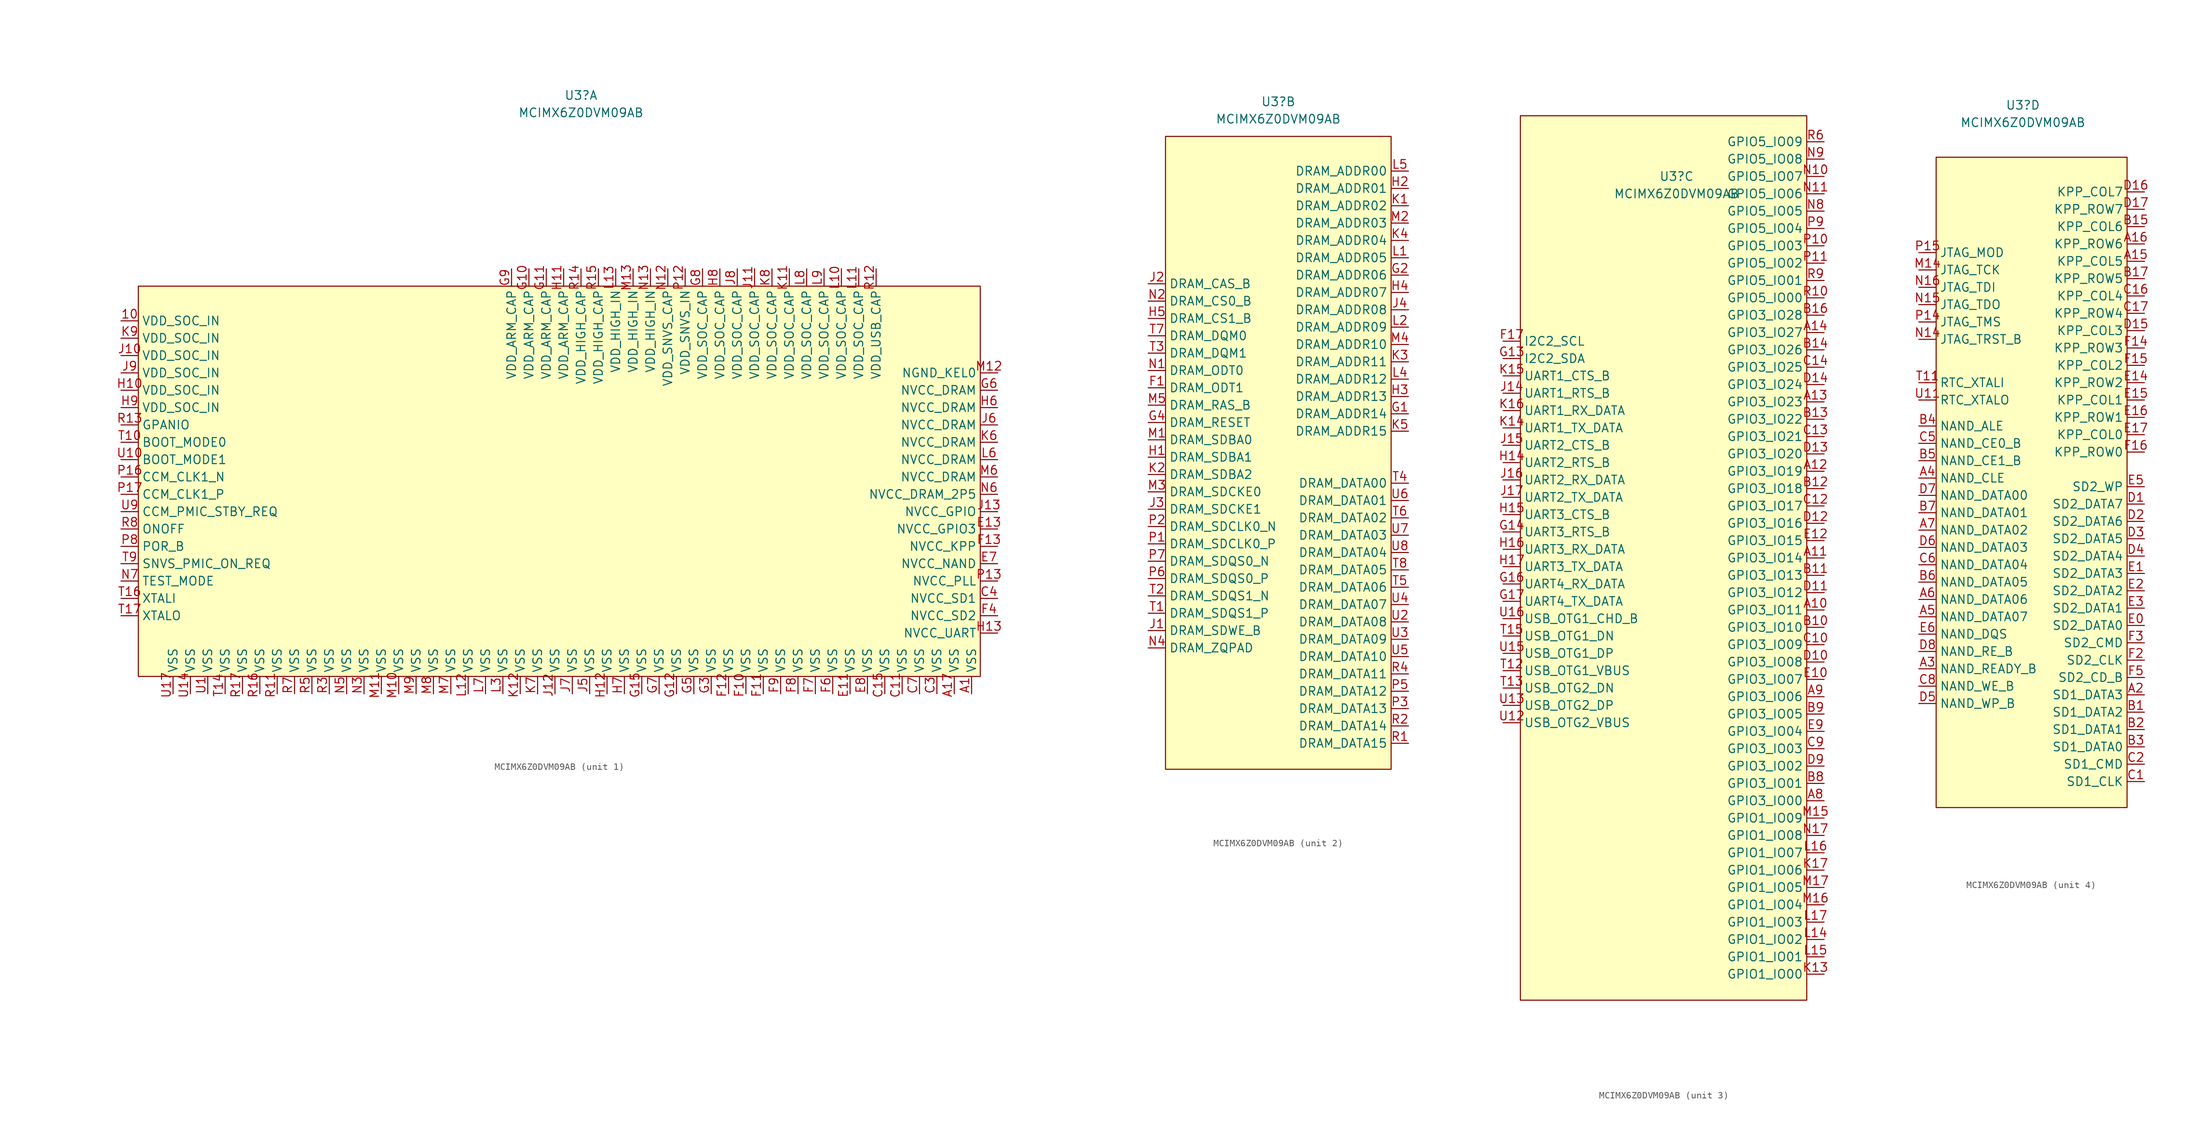
<source format=kicad_sym>
(kicad_symbol_lib
  (version 20211014)
  (generator kicad_symbol_editor)
  (symbol "MCIMX6Z0DVM09AB"
    (property "Reference" "U3"
      (at -1.27 52.07 0)
      (effects (font (size 1.27 1.27))))
    (property "Value" "MCIMX6Z0DVM09AB"
      (at -1.27 49.53 0)
      (effects (font (size 1.27 1.27))))
    (property "ki_locked" ""
      (at 0 0 0)
      (effects (font (size 1.27 1.27))))
    (symbol "MCIMX6Z0DVM09AB_1_1"
      (rectangle (start 57.15 -33.02) (end -66.04 24.13) (stroke (width 0) (type default) (color 0 0 0 0)) (fill (type background)))
      (pin input line (at -68.58 19.05 0) (length 2.54) (name "VDD_SOC_IN" (effects (font (size 1.27 1.27)))) (number "10" (effects (font (size 1.27 1.27)))))
      (pin input line (at 55.88 -35.56 90) (length 2.54) (name "VSS" (effects (font (size 1.27 1.27)))) (number "A1" (effects (font (size 1.27 1.27)))))
      (pin input line (at 53.34 -35.56 90) (length 2.54) (name "VSS" (effects (font (size 1.27 1.27)))) (number "A17" (effects (font (size 1.27 1.27)))))
      (pin input line (at 45.72 -35.56 90) (length 2.54) (name "VSS" (effects (font (size 1.27 1.27)))) (number "C11" (effects (font (size 1.27 1.27)))))
      (pin input line (at 43.18 -35.56 90) (length 2.54) (name "VSS" (effects (font (size 1.27 1.27)))) (number "C15" (effects (font (size 1.27 1.27)))))
      (pin input line (at 50.8 -35.56 90) (length 2.54) (name "VSS" (effects (font (size 1.27 1.27)))) (number "C3" (effects (font (size 1.27 1.27)))))
      (pin input line (at 59.69 -21.59 180) (length 2.54) (name "NVCC_SD1" (effects (font (size 1.27 1.27)))) (number "C4" (effects (font (size 1.27 1.27)))))
      (pin input line (at 48.26 -35.56 90) (length 2.54) (name "VSS" (effects (font (size 1.27 1.27)))) (number "C7" (effects (font (size 1.27 1.27)))))
      (pin input line (at 38.1 -35.56 90) (length 2.54) (name "VSS" (effects (font (size 1.27 1.27)))) (number "E11" (effects (font (size 1.27 1.27)))))
      (pin input line (at 59.69 -11.43 180) (length 2.54) (name "NVCC_GPIO3" (effects (font (size 1.27 1.27)))) (number "E13" (effects (font (size 1.27 1.27)))))
      (pin input line (at 59.69 -16.51 180) (length 2.54) (name "NVCC_NAND" (effects (font (size 1.27 1.27)))) (number "E7" (effects (font (size 1.27 1.27)))))
      (pin input line (at 40.64 -35.56 90) (length 2.54) (name "VSS" (effects (font (size 1.27 1.27)))) (number "E8" (effects (font (size 1.27 1.27)))))
      (pin input line (at 22.86 -35.56 90) (length 2.54) (name "VSS" (effects (font (size 1.27 1.27)))) (number "F10" (effects (font (size 1.27 1.27)))))
      (pin input line (at 25.4 -35.56 90) (length 2.54) (name "VSS" (effects (font (size 1.27 1.27)))) (number "F11" (effects (font (size 1.27 1.27)))))
      (pin input line (at 20.32 -35.56 90) (length 2.54) (name "VSS" (effects (font (size 1.27 1.27)))) (number "F12" (effects (font (size 1.27 1.27)))))
      (pin input line (at 59.69 -13.97 180) (length 2.54) (name "NVCC_KPP" (effects (font (size 1.27 1.27)))) (number "F13" (effects (font (size 1.27 1.27)))))
      (pin input line (at 59.69 -24.13 180) (length 2.54) (name "NVCC_SD2" (effects (font (size 1.27 1.27)))) (number "F4" (effects (font (size 1.27 1.27)))))
      (pin input line (at 35.56 -35.56 90) (length 2.54) (name "VSS" (effects (font (size 1.27 1.27)))) (number "F6" (effects (font (size 1.27 1.27)))))
      (pin input line (at 33.02 -35.56 90) (length 2.54) (name "VSS" (effects (font (size 1.27 1.27)))) (number "F7" (effects (font (size 1.27 1.27)))))
      (pin input line (at 30.48 -35.56 90) (length 2.54) (name "VSS" (effects (font (size 1.27 1.27)))) (number "F8" (effects (font (size 1.27 1.27)))))
      (pin input line (at 27.94 -35.56 90) (length 2.54) (name "VSS" (effects (font (size 1.27 1.27)))) (number "F9" (effects (font (size 1.27 1.27)))))
      (pin input line (at -8.89 26.67 270) (length 2.54) (name "VDD_ARM_CAP" (effects (font (size 1.27 1.27)))) (number "G10" (effects (font (size 1.27 1.27)))))
      (pin input line (at -6.35 26.67 270) (length 2.54) (name "VDD_ARM_CAP" (effects (font (size 1.27 1.27)))) (number "G11" (effects (font (size 1.27 1.27)))))
      (pin input line (at 12.7 -35.56 90) (length 2.54) (name "VSS" (effects (font (size 1.27 1.27)))) (number "G12" (effects (font (size 1.27 1.27)))))
      (pin input line (at 7.62 -35.56 90) (length 2.54) (name "VSS" (effects (font (size 1.27 1.27)))) (number "G15" (effects (font (size 1.27 1.27)))))
      (pin input line (at 17.78 -35.56 90) (length 2.54) (name "VSS" (effects (font (size 1.27 1.27)))) (number "G3" (effects (font (size 1.27 1.27)))))
      (pin input line (at 15.24 -35.56 90) (length 2.54) (name "VSS" (effects (font (size 1.27 1.27)))) (number "G5" (effects (font (size 1.27 1.27)))))
      (pin input line (at 59.69 8.89 180) (length 2.54) (name "NVCC_DRAM" (effects (font (size 1.27 1.27)))) (number "G6" (effects (font (size 1.27 1.27)))))
      (pin input line (at 10.16 -35.56 90) (length 2.54) (name "VSS" (effects (font (size 1.27 1.27)))) (number "G7" (effects (font (size 1.27 1.27)))))
      (pin input line (at 16.51 26.67 270) (length 2.54) (name "VDD_SOC_CAP" (effects (font (size 1.27 1.27)))) (number "G8" (effects (font (size 1.27 1.27)))))
      (pin input line (at -11.43 26.67 270) (length 2.54) (name "VDD_ARM_CAP" (effects (font (size 1.27 1.27)))) (number "G9" (effects (font (size 1.27 1.27)))))
      (pin input line (at -68.58 8.89 0) (length 2.54) (name "VDD_SOC_IN" (effects (font (size 1.27 1.27)))) (number "H10" (effects (font (size 1.27 1.27)))))
      (pin input line (at -3.81 26.67 270) (length 2.54) (name "VDD_ARM_CAP" (effects (font (size 1.27 1.27)))) (number "H11" (effects (font (size 1.27 1.27)))))
      (pin input line (at 2.54 -35.56 90) (length 2.54) (name "VSS" (effects (font (size 1.27 1.27)))) (number "H12" (effects (font (size 1.27 1.27)))))
      (pin input line (at 59.69 -26.67 180) (length 2.54) (name "NVCC_UART" (effects (font (size 1.27 1.27)))) (number "H13" (effects (font (size 1.27 1.27)))))
      (pin input line (at 59.69 6.35 180) (length 2.54) (name "NVCC_DRAM" (effects (font (size 1.27 1.27)))) (number "H6" (effects (font (size 1.27 1.27)))))
      (pin input line (at 5.08 -35.56 90) (length 2.54) (name "VSS" (effects (font (size 1.27 1.27)))) (number "H7" (effects (font (size 1.27 1.27)))))
      (pin input line (at 19.05 26.67 270) (length 2.54) (name "VDD_SOC_CAP" (effects (font (size 1.27 1.27)))) (number "H8" (effects (font (size 1.27 1.27)))))
      (pin input line (at -68.58 6.35 0) (length 2.54) (name "VDD_SOC_IN" (effects (font (size 1.27 1.27)))) (number "H9" (effects (font (size 1.27 1.27)))))
      (pin input line (at -68.58 13.97 0) (length 2.54) (name "VDD_SOC_IN" (effects (font (size 1.27 1.27)))) (number "J10" (effects (font (size 1.27 1.27)))))
      (pin input line (at 24.13 26.67 270) (length 2.54) (name "VDD_SOC_CAP" (effects (font (size 1.27 1.27)))) (number "J11" (effects (font (size 1.27 1.27)))))
      (pin input line (at -5.08 -35.56 90) (length 2.54) (name "VSS" (effects (font (size 1.27 1.27)))) (number "J12" (effects (font (size 1.27 1.27)))))
      (pin input line (at 59.69 -8.89 180) (length 2.54) (name "NVCC_GPIO" (effects (font (size 1.27 1.27)))) (number "J13" (effects (font (size 1.27 1.27)))))
      (pin input line (at 0 -35.56 90) (length 2.54) (name "VSS" (effects (font (size 1.27 1.27)))) (number "J5" (effects (font (size 1.27 1.27)))))
      (pin input line (at 59.69 3.81 180) (length 2.54) (name "NVCC_DRAM" (effects (font (size 1.27 1.27)))) (number "J6" (effects (font (size 1.27 1.27)))))
      (pin input line (at -2.54 -35.56 90) (length 2.54) (name "VSS" (effects (font (size 1.27 1.27)))) (number "J7" (effects (font (size 1.27 1.27)))))
      (pin input line (at 21.59 26.67 270) (length 2.54) (name "VDD_SOC_CAP" (effects (font (size 1.27 1.27)))) (number "J8" (effects (font (size 1.27 1.27)))))
      (pin input line (at -68.58 11.43 0) (length 2.54) (name "VDD_SOC_IN" (effects (font (size 1.27 1.27)))) (number "J9" (effects (font (size 1.27 1.27)))))
      (pin input line (at 29.21 26.67 270) (length 2.54) (name "VDD_SOC_CAP" (effects (font (size 1.27 1.27)))) (number "K11" (effects (font (size 1.27 1.27)))))
      (pin input line (at -10.16 -35.56 90) (length 2.54) (name "VSS" (effects (font (size 1.27 1.27)))) (number "K12" (effects (font (size 1.27 1.27)))))
      (pin input line (at 59.69 1.27 180) (length 2.54) (name "NVCC_DRAM" (effects (font (size 1.27 1.27)))) (number "K6" (effects (font (size 1.27 1.27)))))
      (pin input line (at -7.62 -35.56 90) (length 2.54) (name "VSS" (effects (font (size 1.27 1.27)))) (number "K7" (effects (font (size 1.27 1.27)))))
      (pin input line (at 26.67 26.67 270) (length 2.54) (name "VDD_SOC_CAP" (effects (font (size 1.27 1.27)))) (number "K8" (effects (font (size 1.27 1.27)))))
      (pin input line (at -68.58 16.51 0) (length 2.54) (name "VDD_SOC_IN" (effects (font (size 1.27 1.27)))) (number "K9" (effects (font (size 1.27 1.27)))))
      (pin input line (at 36.83 26.67 270) (length 2.54) (name "VDD_SOC_CAP" (effects (font (size 1.27 1.27)))) (number "L10" (effects (font (size 1.27 1.27)))))
      (pin input line (at 39.37 26.67 270) (length 2.54) (name "VDD_SOC_CAP" (effects (font (size 1.27 1.27)))) (number "L11" (effects (font (size 1.27 1.27)))))
      (pin input line (at -17.78 -35.56 90) (length 2.54) (name "VSS" (effects (font (size 1.27 1.27)))) (number "L12" (effects (font (size 1.27 1.27)))))
      (pin input line (at 3.81 26.67 270) (length 2.54) (name "VDD_HIGH_IN" (effects (font (size 1.27 1.27)))) (number "L13" (effects (font (size 1.27 1.27)))))
      (pin input line (at -12.7 -35.56 90) (length 2.54) (name "VSS" (effects (font (size 1.27 1.27)))) (number "L3" (effects (font (size 1.27 1.27)))))
      (pin input line (at 59.69 -1.27 180) (length 2.54) (name "NVCC_DRAM" (effects (font (size 1.27 1.27)))) (number "L6" (effects (font (size 1.27 1.27)))))
      (pin input line (at -15.24 -35.56 90) (length 2.54) (name "VSS" (effects (font (size 1.27 1.27)))) (number "L7" (effects (font (size 1.27 1.27)))))
      (pin input line (at 31.75 26.67 270) (length 2.54) (name "VDD_SOC_CAP" (effects (font (size 1.27 1.27)))) (number "L8" (effects (font (size 1.27 1.27)))))
      (pin input line (at 34.29 26.67 270) (length 2.54) (name "VDD_SOC_CAP" (effects (font (size 1.27 1.27)))) (number "L9" (effects (font (size 1.27 1.27)))))
      (pin input line (at -27.94 -35.56 90) (length 2.54) (name "VSS" (effects (font (size 1.27 1.27)))) (number "M10" (effects (font (size 1.27 1.27)))))
      (pin input line (at -30.48 -35.56 90) (length 2.54) (name "VSS" (effects (font (size 1.27 1.27)))) (number "M11" (effects (font (size 1.27 1.27)))))
      (pin input line (at 59.69 11.43 180) (length 2.54) (name "NGND_KEL0" (effects (font (size 1.27 1.27)))) (number "M12" (effects (font (size 1.27 1.27)))))
      (pin input line (at 6.35 26.67 270) (length 2.54) (name "VDD_HIGH_IN" (effects (font (size 1.27 1.27)))) (number "M13" (effects (font (size 1.27 1.27)))))
      (pin input line (at 59.69 -3.81 180) (length 2.54) (name "NVCC_DRAM" (effects (font (size 1.27 1.27)))) (number "M6" (effects (font (size 1.27 1.27)))))
      (pin input line (at -20.32 -35.56 90) (length 2.54) (name "VSS" (effects (font (size 1.27 1.27)))) (number "M7" (effects (font (size 1.27 1.27)))))
      (pin input line (at -22.86 -35.56 90) (length 2.54) (name "VSS" (effects (font (size 1.27 1.27)))) (number "M8" (effects (font (size 1.27 1.27)))))
      (pin input line (at -25.4 -35.56 90) (length 2.54) (name "VSS" (effects (font (size 1.27 1.27)))) (number "M9" (effects (font (size 1.27 1.27)))))
      (pin input line (at 11.43 26.67 270) (length 2.54) (name "VDD_SNVS_CAP" (effects (font (size 1.27 1.27)))) (number "N12" (effects (font (size 1.27 1.27)))))
      (pin input line (at 8.89 26.67 270) (length 2.54) (name "VDD_HIGH_IN" (effects (font (size 1.27 1.27)))) (number "N13" (effects (font (size 1.27 1.27)))))
      (pin input line (at -33.02 -35.56 90) (length 2.54) (name "VSS" (effects (font (size 1.27 1.27)))) (number "N3" (effects (font (size 1.27 1.27)))))
      (pin input line (at -35.56 -35.56 90) (length 2.54) (name "VSS" (effects (font (size 1.27 1.27)))) (number "N5" (effects (font (size 1.27 1.27)))))
      (pin input line (at 59.69 -6.35 180) (length 2.54) (name "NVCC_DRAM_2P5" (effects (font (size 1.27 1.27)))) (number "N6" (effects (font (size 1.27 1.27)))))
      (pin unspecified line (at -68.58 -19.05 0) (length 2.54) (name "TEST_MODE" (effects (font (size 1.27 1.27)))) (number "N7" (effects (font (size 1.27 1.27)))))
      (pin input line (at 13.97 26.67 270) (length 2.54) (name "VDD_SNVS_IN" (effects (font (size 1.27 1.27)))) (number "P12" (effects (font (size 1.27 1.27)))))
      (pin input line (at 59.69 -19.05 180) (length 2.54) (name "NVCC_PLL" (effects (font (size 1.27 1.27)))) (number "P13" (effects (font (size 1.27 1.27)))))
      (pin input line (at -68.58 -3.81 0) (length 2.54) (name "CCM_CLK1_N" (effects (font (size 1.27 1.27)))) (number "P16" (effects (font (size 1.27 1.27)))))
      (pin input line (at -68.58 -6.35 0) (length 2.54) (name "CCM_CLK1_P" (effects (font (size 1.27 1.27)))) (number "P17" (effects (font (size 1.27 1.27)))))
      (pin unspecified line (at -68.58 -13.97 0) (length 2.54) (name "POR_B" (effects (font (size 1.27 1.27)))) (number "P8" (effects (font (size 1.27 1.27)))))
      (pin input line (at -45.72 -35.56 90) (length 2.54) (name "VSS" (effects (font (size 1.27 1.27)))) (number "R11" (effects (font (size 1.27 1.27)))))
      (pin input line (at 41.91 26.67 270) (length 2.54) (name "VDD_USB_CAP" (effects (font (size 1.27 1.27)))) (number "R12" (effects (font (size 1.27 1.27)))))
      (pin input line (at -68.58 3.81 0) (length 2.54) (name "GPANIO" (effects (font (size 1.27 1.27)))) (number "R13" (effects (font (size 1.27 1.27)))))
      (pin input line (at -1.27 26.67 270) (length 2.54) (name "VDD_HIGH_CAP" (effects (font (size 1.27 1.27)))) (number "R14" (effects (font (size 1.27 1.27)))))
      (pin input line (at 1.27 26.67 270) (length 2.54) (name "VDD_HIGH_CAP" (effects (font (size 1.27 1.27)))) (number "R15" (effects (font (size 1.27 1.27)))))
      (pin input line (at -48.26 -35.56 90) (length 2.54) (name "VSS" (effects (font (size 1.27 1.27)))) (number "R16" (effects (font (size 1.27 1.27)))))
      (pin input line (at -50.8 -35.56 90) (length 2.54) (name "VSS" (effects (font (size 1.27 1.27)))) (number "R17" (effects (font (size 1.27 1.27)))))
      (pin input line (at -38.1 -35.56 90) (length 2.54) (name "VSS" (effects (font (size 1.27 1.27)))) (number "R3" (effects (font (size 1.27 1.27)))))
      (pin input line (at -40.64 -35.56 90) (length 2.54) (name "VSS" (effects (font (size 1.27 1.27)))) (number "R5" (effects (font (size 1.27 1.27)))))
      (pin input line (at -43.18 -35.56 90) (length 2.54) (name "VSS" (effects (font (size 1.27 1.27)))) (number "R7" (effects (font (size 1.27 1.27)))))
      (pin unspecified line (at -68.58 -11.43 0) (length 2.54) (name "ONOFF" (effects (font (size 1.27 1.27)))) (number "R8" (effects (font (size 1.27 1.27)))))
      (pin input line (at -68.58 1.27 0) (length 2.54) (name "BOOT_MODE0" (effects (font (size 1.27 1.27)))) (number "T10" (effects (font (size 1.27 1.27)))))
      (pin input line (at -53.34 -35.56 90) (length 2.54) (name "VSS" (effects (font (size 1.27 1.27)))) (number "T14" (effects (font (size 1.27 1.27)))))
      (pin bidirectional line (at -68.58 -21.59 0) (length 2.54) (name "XTALI" (effects (font (size 1.27 1.27)))) (number "T16" (effects (font (size 1.27 1.27)))))
      (pin bidirectional line (at -68.58 -24.13 0) (length 2.54) (name "XTALO" (effects (font (size 1.27 1.27)))) (number "T17" (effects (font (size 1.27 1.27)))))
      (pin unspecified line (at -68.58 -16.51 0) (length 2.54) (name "SNVS_PMIC_ON_REQ" (effects (font (size 1.27 1.27)))) (number "T9" (effects (font (size 1.27 1.27)))))
      (pin input line (at -55.88 -35.56 90) (length 2.54) (name "VSS" (effects (font (size 1.27 1.27)))) (number "U1" (effects (font (size 1.27 1.27)))))
      (pin input line (at -68.58 -1.27 0) (length 2.54) (name "BOOT_MODE1" (effects (font (size 1.27 1.27)))) (number "U10" (effects (font (size 1.27 1.27)))))
      (pin input line (at -58.42 -35.56 90) (length 2.54) (name "VSS" (effects (font (size 1.27 1.27)))) (number "U14" (effects (font (size 1.27 1.27)))))
      (pin input line (at -60.96 -35.56 90) (length 2.54) (name "VSS" (effects (font (size 1.27 1.27)))) (number "U17" (effects (font (size 1.27 1.27)))))
      (pin input line (at -68.58 -8.89 0) (length 2.54) (name "CCM_PMIC_STBY_REQ" (effects (font (size 1.27 1.27)))) (number "U9" (effects (font (size 1.27 1.27))))))
    (symbol "MCIMX6Z0DVM09AB_2_1"
      (rectangle (start 15.24 46.99) (end -17.78 -45.72) (stroke (width 0) (type default) (color 0 0 0 0)) (fill (type background)))
      (pin output line (at -20.32 10.16 0) (length 2.54) (name "DRAM_ODT1" (effects (font (size 1.27 1.27)))) (number "F1" (effects (font (size 1.27 1.27)))))
      (pin output line (at 17.78 6.35 180) (length 2.54) (name "DRAM_ADDR14" (effects (font (size 1.27 1.27)))) (number "G1" (effects (font (size 1.27 1.27)))))
      (pin output line (at 17.78 26.67 180) (length 2.54) (name "DRAM_ADDR06" (effects (font (size 1.27 1.27)))) (number "G2" (effects (font (size 1.27 1.27)))))
      (pin output line (at -20.32 5.08 0) (length 2.54) (name "DRAM_RESET" (effects (font (size 1.27 1.27)))) (number "G4" (effects (font (size 1.27 1.27)))))
      (pin output line (at -20.32 0 0) (length 2.54) (name "DRAM_SDBA1" (effects (font (size 1.27 1.27)))) (number "H1" (effects (font (size 1.27 1.27)))))
      (pin output line (at 17.78 39.37 180) (length 2.54) (name "DRAM_ADDR01" (effects (font (size 1.27 1.27)))) (number "H2" (effects (font (size 1.27 1.27)))))
      (pin output line (at 17.78 8.89 180) (length 2.54) (name "DRAM_ADDR13" (effects (font (size 1.27 1.27)))) (number "H3" (effects (font (size 1.27 1.27)))))
      (pin output line (at 17.78 24.13 180) (length 2.54) (name "DRAM_ADDR07" (effects (font (size 1.27 1.27)))) (number "H4" (effects (font (size 1.27 1.27)))))
      (pin output line (at -20.32 20.32 0) (length 2.54) (name "DRAM_CS1_B" (effects (font (size 1.27 1.27)))) (number "H5" (effects (font (size 1.27 1.27)))))
      (pin output line (at -20.32 -25.4 0) (length 2.54) (name "DRAM_SDWE_B" (effects (font (size 1.27 1.27)))) (number "J1" (effects (font (size 1.27 1.27)))))
      (pin output line (at -20.32 25.4 0) (length 2.54) (name "DRAM_CAS_B" (effects (font (size 1.27 1.27)))) (number "J2" (effects (font (size 1.27 1.27)))))
      (pin output line (at -20.32 -7.62 0) (length 2.54) (name "DRAM_SDCKE1" (effects (font (size 1.27 1.27)))) (number "J3" (effects (font (size 1.27 1.27)))))
      (pin output line (at 17.78 21.59 180) (length 2.54) (name "DRAM_ADDR08" (effects (font (size 1.27 1.27)))) (number "J4" (effects (font (size 1.27 1.27)))))
      (pin output line (at 17.78 36.83 180) (length 2.54) (name "DRAM_ADDR02" (effects (font (size 1.27 1.27)))) (number "K1" (effects (font (size 1.27 1.27)))))
      (pin output line (at -20.32 -2.54 0) (length 2.54) (name "DRAM_SDBA2" (effects (font (size 1.27 1.27)))) (number "K2" (effects (font (size 1.27 1.27)))))
      (pin output line (at 17.78 13.97 180) (length 2.54) (name "DRAM_ADDR11" (effects (font (size 1.27 1.27)))) (number "K3" (effects (font (size 1.27 1.27)))))
      (pin output line (at 17.78 31.75 180) (length 2.54) (name "DRAM_ADDR04" (effects (font (size 1.27 1.27)))) (number "K4" (effects (font (size 1.27 1.27)))))
      (pin output line (at 17.78 3.81 180) (length 2.54) (name "DRAM_ADDR15" (effects (font (size 1.27 1.27)))) (number "K5" (effects (font (size 1.27 1.27)))))
      (pin output line (at 17.78 29.21 180) (length 2.54) (name "DRAM_ADDR05" (effects (font (size 1.27 1.27)))) (number "L1" (effects (font (size 1.27 1.27)))))
      (pin output line (at 17.78 19.05 180) (length 2.54) (name "DRAM_ADDR09" (effects (font (size 1.27 1.27)))) (number "L2" (effects (font (size 1.27 1.27)))))
      (pin output line (at 17.78 11.43 180) (length 2.54) (name "DRAM_ADDR12" (effects (font (size 1.27 1.27)))) (number "L4" (effects (font (size 1.27 1.27)))))
      (pin output line (at 17.78 41.91 180) (length 2.54) (name "DRAM_ADDR00" (effects (font (size 1.27 1.27)))) (number "L5" (effects (font (size 1.27 1.27)))))
      (pin output line (at -20.32 2.54 0) (length 2.54) (name "DRAM_SDBA0" (effects (font (size 1.27 1.27)))) (number "M1" (effects (font (size 1.27 1.27)))))
      (pin output line (at 17.78 34.29 180) (length 2.54) (name "DRAM_ADDR03" (effects (font (size 1.27 1.27)))) (number "M2" (effects (font (size 1.27 1.27)))))
      (pin output line (at -20.32 -5.08 0) (length 2.54) (name "DRAM_SDCKE0" (effects (font (size 1.27 1.27)))) (number "M3" (effects (font (size 1.27 1.27)))))
      (pin output line (at 17.78 16.51 180) (length 2.54) (name "DRAM_ADDR10" (effects (font (size 1.27 1.27)))) (number "M4" (effects (font (size 1.27 1.27)))))
      (pin output line (at -20.32 7.62 0) (length 2.54) (name "DRAM_RAS_B" (effects (font (size 1.27 1.27)))) (number "M5" (effects (font (size 1.27 1.27)))))
      (pin output line (at -20.32 12.7 0) (length 2.54) (name "DRAM_ODT0" (effects (font (size 1.27 1.27)))) (number "N1" (effects (font (size 1.27 1.27)))))
      (pin output line (at -20.32 22.86 0) (length 2.54) (name "DRAM_CS0_B" (effects (font (size 1.27 1.27)))) (number "N2" (effects (font (size 1.27 1.27)))))
      (pin input line (at -20.32 -27.94 0) (length 2.54) (name "DRAM_ZQPAD" (effects (font (size 1.27 1.27)))) (number "N4" (effects (font (size 1.27 1.27)))))
      (pin input line (at -20.32 -12.7 0) (length 2.54) (name "DRAM_SDCLK0_P" (effects (font (size 1.27 1.27)))) (number "P1" (effects (font (size 1.27 1.27)))))
      (pin input line (at -20.32 -10.16 0) (length 2.54) (name "DRAM_SDCLK0_N" (effects (font (size 1.27 1.27)))) (number "P2" (effects (font (size 1.27 1.27)))))
      (pin input line (at 17.78 -36.83 180) (length 2.54) (name "DRAM_DATA13" (effects (font (size 1.27 1.27)))) (number "P3" (effects (font (size 1.27 1.27)))))
      (pin input line (at 17.78 -34.29 180) (length 2.54) (name "DRAM_DATA12" (effects (font (size 1.27 1.27)))) (number "P5" (effects (font (size 1.27 1.27)))))
      (pin input line (at -20.32 -17.78 0) (length 2.54) (name "DRAM_SDQS0_P" (effects (font (size 1.27 1.27)))) (number "P6" (effects (font (size 1.27 1.27)))))
      (pin input line (at -20.32 -15.24 0) (length 2.54) (name "DRAM_SDQS0_N" (effects (font (size 1.27 1.27)))) (number "P7" (effects (font (size 1.27 1.27)))))
      (pin input line (at 17.78 -41.91 180) (length 2.54) (name "DRAM_DATA15" (effects (font (size 1.27 1.27)))) (number "R1" (effects (font (size 1.27 1.27)))))
      (pin input line (at 17.78 -39.37 180) (length 2.54) (name "DRAM_DATA14" (effects (font (size 1.27 1.27)))) (number "R2" (effects (font (size 1.27 1.27)))))
      (pin input line (at 17.78 -31.75 180) (length 2.54) (name "DRAM_DATA11" (effects (font (size 1.27 1.27)))) (number "R4" (effects (font (size 1.27 1.27)))))
      (pin input line (at -20.32 -22.86 0) (length 2.54) (name "DRAM_SDQS1_P" (effects (font (size 1.27 1.27)))) (number "T1" (effects (font (size 1.27 1.27)))))
      (pin input line (at -20.32 -20.32 0) (length 2.54) (name "DRAM_SDQS1_N" (effects (font (size 1.27 1.27)))) (number "T2" (effects (font (size 1.27 1.27)))))
      (pin output line (at -20.32 15.24 0) (length 2.54) (name "DRAM_DQM1" (effects (font (size 1.27 1.27)))) (number "T3" (effects (font (size 1.27 1.27)))))
      (pin input line (at 17.78 -3.81 180) (length 2.54) (name "DRAM_DATA00" (effects (font (size 1.27 1.27)))) (number "T4" (effects (font (size 1.27 1.27)))))
      (pin input line (at 17.78 -19.05 180) (length 2.54) (name "DRAM_DATA06" (effects (font (size 1.27 1.27)))) (number "T5" (effects (font (size 1.27 1.27)))))
      (pin input line (at 17.78 -8.89 180) (length 2.54) (name "DRAM_DATA02" (effects (font (size 1.27 1.27)))) (number "T6" (effects (font (size 1.27 1.27)))))
      (pin output line (at -20.32 17.78 0) (length 2.54) (name "DRAM_DQM0" (effects (font (size 1.27 1.27)))) (number "T7" (effects (font (size 1.27 1.27)))))
      (pin input line (at 17.78 -16.51 180) (length 2.54) (name "DRAM_DATA05" (effects (font (size 1.27 1.27)))) (number "T8" (effects (font (size 1.27 1.27)))))
      (pin input line (at 17.78 -24.13 180) (length 2.54) (name "DRAM_DATA08" (effects (font (size 1.27 1.27)))) (number "U2" (effects (font (size 1.27 1.27)))))
      (pin input line (at 17.78 -26.67 180) (length 2.54) (name "DRAM_DATA09" (effects (font (size 1.27 1.27)))) (number "U3" (effects (font (size 1.27 1.27)))))
      (pin input line (at 17.78 -21.59 180) (length 2.54) (name "DRAM_DATA07" (effects (font (size 1.27 1.27)))) (number "U4" (effects (font (size 1.27 1.27)))))
      (pin input line (at 17.78 -29.21 180) (length 2.54) (name "DRAM_DATA10" (effects (font (size 1.27 1.27)))) (number "U5" (effects (font (size 1.27 1.27)))))
      (pin input line (at 17.78 -6.35 180) (length 2.54) (name "DRAM_DATA01" (effects (font (size 1.27 1.27)))) (number "U6" (effects (font (size 1.27 1.27)))))
      (pin input line (at 17.78 -11.43 180) (length 2.54) (name "DRAM_DATA03" (effects (font (size 1.27 1.27)))) (number "U7" (effects (font (size 1.27 1.27)))))
      (pin input line (at 17.78 -13.97 180) (length 2.54) (name "DRAM_DATA04" (effects (font (size 1.27 1.27)))) (number "U8" (effects (font (size 1.27 1.27))))))
    (symbol "MCIMX6Z0DVM09AB_3_1"
      (rectangle (start 17.78 -68.58) (end -24.13 60.96) (stroke (width 0) (type default) (color 0 0 0 0)) (fill (type background)))
      (pin bidirectional line (at 20.32 -11.43 180) (length 2.54) (name "GPIO3_IO11" (effects (font (size 1.27 1.27)))) (number "A10" (effects (font (size 1.27 1.27)))))
      (pin bidirectional line (at 20.32 -3.81 180) (length 2.54) (name "GPIO3_IO14" (effects (font (size 1.27 1.27)))) (number "A11" (effects (font (size 1.27 1.27)))))
      (pin bidirectional line (at 20.32 8.89 180) (length 2.54) (name "GPIO3_IO19" (effects (font (size 1.27 1.27)))) (number "A12" (effects (font (size 1.27 1.27)))))
      (pin bidirectional line (at 20.32 19.05 180) (length 2.54) (name "GPIO3_IO23" (effects (font (size 1.27 1.27)))) (number "A13" (effects (font (size 1.27 1.27)))))
      (pin bidirectional line (at 20.32 29.21 180) (length 2.54) (name "GPIO3_IO27" (effects (font (size 1.27 1.27)))) (number "A14" (effects (font (size 1.27 1.27)))))
      (pin bidirectional line (at 20.32 -39.37 180) (length 2.54) (name "GPIO3_IO00" (effects (font (size 1.27 1.27)))) (number "A8" (effects (font (size 1.27 1.27)))))
      (pin bidirectional line (at 20.32 -24.13 180) (length 2.54) (name "GPIO3_IO06" (effects (font (size 1.27 1.27)))) (number "A9" (effects (font (size 1.27 1.27)))))
      (pin bidirectional line (at 20.32 -13.97 180) (length 2.54) (name "GPIO3_IO10" (effects (font (size 1.27 1.27)))) (number "B10" (effects (font (size 1.27 1.27)))))
      (pin bidirectional line (at 20.32 -6.35 180) (length 2.54) (name "GPIO3_IO13" (effects (font (size 1.27 1.27)))) (number "B11" (effects (font (size 1.27 1.27)))))
      (pin bidirectional line (at 20.32 6.35 180) (length 2.54) (name "GPIO3_IO18" (effects (font (size 1.27 1.27)))) (number "B12" (effects (font (size 1.27 1.27)))))
      (pin bidirectional line (at 20.32 16.51 180) (length 2.54) (name "GPIO3_IO22" (effects (font (size 1.27 1.27)))) (number "B13" (effects (font (size 1.27 1.27)))))
      (pin bidirectional line (at 20.32 26.67 180) (length 2.54) (name "GPIO3_IO26" (effects (font (size 1.27 1.27)))) (number "B14" (effects (font (size 1.27 1.27)))))
      (pin bidirectional line (at 20.32 31.75 180) (length 2.54) (name "GPIO3_IO28" (effects (font (size 1.27 1.27)))) (number "B16" (effects (font (size 1.27 1.27)))))
      (pin bidirectional line (at 20.32 -36.83 180) (length 2.54) (name "GPIO3_IO01" (effects (font (size 1.27 1.27)))) (number "B8" (effects (font (size 1.27 1.27)))))
      (pin bidirectional line (at 20.32 -26.67 180) (length 2.54) (name "GPIO3_IO05" (effects (font (size 1.27 1.27)))) (number "B9" (effects (font (size 1.27 1.27)))))
      (pin bidirectional line (at 20.32 -16.51 180) (length 2.54) (name "GPIO3_IO09" (effects (font (size 1.27 1.27)))) (number "C10" (effects (font (size 1.27 1.27)))))
      (pin bidirectional line (at 20.32 3.81 180) (length 2.54) (name "GPIO3_IO17" (effects (font (size 1.27 1.27)))) (number "C12" (effects (font (size 1.27 1.27)))))
      (pin bidirectional line (at 20.32 13.97 180) (length 2.54) (name "GPIO3_IO21" (effects (font (size 1.27 1.27)))) (number "C13" (effects (font (size 1.27 1.27)))))
      (pin bidirectional line (at 20.32 24.13 180) (length 2.54) (name "GPIO3_IO25" (effects (font (size 1.27 1.27)))) (number "C14" (effects (font (size 1.27 1.27)))))
      (pin bidirectional line (at 20.32 -31.75 180) (length 2.54) (name "GPIO3_IO03" (effects (font (size 1.27 1.27)))) (number "C9" (effects (font (size 1.27 1.27)))))
      (pin bidirectional line (at 20.32 -19.05 180) (length 2.54) (name "GPIO3_IO08" (effects (font (size 1.27 1.27)))) (number "D10" (effects (font (size 1.27 1.27)))))
      (pin bidirectional line (at 20.32 -8.89 180) (length 2.54) (name "GPIO3_IO12" (effects (font (size 1.27 1.27)))) (number "D11" (effects (font (size 1.27 1.27)))))
      (pin bidirectional line (at 20.32 1.27 180) (length 2.54) (name "GPIO3_IO16" (effects (font (size 1.27 1.27)))) (number "D12" (effects (font (size 1.27 1.27)))))
      (pin bidirectional line (at 20.32 11.43 180) (length 2.54) (name "GPIO3_IO20" (effects (font (size 1.27 1.27)))) (number "D13" (effects (font (size 1.27 1.27)))))
      (pin bidirectional line (at 20.32 21.59 180) (length 2.54) (name "GPIO3_IO24" (effects (font (size 1.27 1.27)))) (number "D14" (effects (font (size 1.27 1.27)))))
      (pin bidirectional line (at 20.32 -34.29 180) (length 2.54) (name "GPIO3_IO02" (effects (font (size 1.27 1.27)))) (number "D9" (effects (font (size 1.27 1.27)))))
      (pin bidirectional line (at 20.32 -21.59 180) (length 2.54) (name "GPIO3_IO07" (effects (font (size 1.27 1.27)))) (number "E10" (effects (font (size 1.27 1.27)))))
      (pin bidirectional line (at 20.32 -1.27 180) (length 2.54) (name "GPIO3_IO15" (effects (font (size 1.27 1.27)))) (number "E12" (effects (font (size 1.27 1.27)))))
      (pin bidirectional line (at 20.32 -29.21 180) (length 2.54) (name "GPIO3_IO04" (effects (font (size 1.27 1.27)))) (number "E9" (effects (font (size 1.27 1.27)))))
      (pin bidirectional line (at -26.67 27.94 0) (length 2.54) (name "I2C2_SCL" (effects (font (size 1.27 1.27)))) (number "F17" (effects (font (size 1.27 1.27)))))
      (pin bidirectional line (at -26.67 25.4 0) (length 2.54) (name "I2C2_SDA" (effects (font (size 1.27 1.27)))) (number "G13" (effects (font (size 1.27 1.27)))))
      (pin bidirectional line (at -26.67 0 0) (length 2.54) (name "UART3_RTS_B" (effects (font (size 1.27 1.27)))) (number "G14" (effects (font (size 1.27 1.27)))))
      (pin bidirectional line (at -26.67 -7.62 0) (length 2.54) (name "UART4_RX_DATA" (effects (font (size 1.27 1.27)))) (number "G16" (effects (font (size 1.27 1.27)))))
      (pin bidirectional line (at -26.67 -10.16 0) (length 2.54) (name "UART4_TX_DATA" (effects (font (size 1.27 1.27)))) (number "G17" (effects (font (size 1.27 1.27)))))
      (pin bidirectional line (at -26.67 10.16 0) (length 2.54) (name "UART2_RTS_B" (effects (font (size 1.27 1.27)))) (number "H14" (effects (font (size 1.27 1.27)))))
      (pin bidirectional line (at -26.67 2.54 0) (length 2.54) (name "UART3_CTS_B" (effects (font (size 1.27 1.27)))) (number "H15" (effects (font (size 1.27 1.27)))))
      (pin bidirectional line (at -26.67 -2.54 0) (length 2.54) (name "UART3_RX_DATA" (effects (font (size 1.27 1.27)))) (number "H16" (effects (font (size 1.27 1.27)))))
      (pin bidirectional line (at -26.67 -5.08 0) (length 2.54) (name "UART3_TX_DATA" (effects (font (size 1.27 1.27)))) (number "H17" (effects (font (size 1.27 1.27)))))
      (pin bidirectional line (at -26.67 20.32 0) (length 2.54) (name "UART1_RTS_B" (effects (font (size 1.27 1.27)))) (number "J14" (effects (font (size 1.27 1.27)))))
      (pin bidirectional line (at -26.67 12.7 0) (length 2.54) (name "UART2_CTS_B" (effects (font (size 1.27 1.27)))) (number "J15" (effects (font (size 1.27 1.27)))))
      (pin bidirectional line (at -26.67 7.62 0) (length 2.54) (name "UART2_RX_DATA" (effects (font (size 1.27 1.27)))) (number "J16" (effects (font (size 1.27 1.27)))))
      (pin bidirectional line (at -26.67 5.08 0) (length 2.54) (name "UART2_TX_DATA" (effects (font (size 1.27 1.27)))) (number "J17" (effects (font (size 1.27 1.27)))))
      (pin bidirectional line (at 20.32 -64.77 180) (length 2.54) (name "GPIO1_IO00" (effects (font (size 1.27 1.27)))) (number "K13" (effects (font (size 1.27 1.27)))))
      (pin bidirectional line (at -26.67 15.24 0) (length 2.54) (name "UART1_TX_DATA" (effects (font (size 1.27 1.27)))) (number "K14" (effects (font (size 1.27 1.27)))))
      (pin bidirectional line (at -26.67 22.86 0) (length 2.54) (name "UART1_CTS_B" (effects (font (size 1.27 1.27)))) (number "K15" (effects (font (size 1.27 1.27)))))
      (pin bidirectional line (at -26.67 17.78 0) (length 2.54) (name "UART1_RX_DATA" (effects (font (size 1.27 1.27)))) (number "K16" (effects (font (size 1.27 1.27)))))
      (pin bidirectional line (at 20.32 -49.53 180) (length 2.54) (name "GPIO1_IO06" (effects (font (size 1.27 1.27)))) (number "K17" (effects (font (size 1.27 1.27)))))
      (pin bidirectional line (at 20.32 -59.69 180) (length 2.54) (name "GPIO1_IO02" (effects (font (size 1.27 1.27)))) (number "L14" (effects (font (size 1.27 1.27)))))
      (pin bidirectional line (at 20.32 -62.23 180) (length 2.54) (name "GPIO1_IO01" (effects (font (size 1.27 1.27)))) (number "L15" (effects (font (size 1.27 1.27)))))
      (pin bidirectional line (at 20.32 -46.99 180) (length 2.54) (name "GPIO1_IO07" (effects (font (size 1.27 1.27)))) (number "L16" (effects (font (size 1.27 1.27)))))
      (pin bidirectional line (at 20.32 -57.15 180) (length 2.54) (name "GPIO1_IO03" (effects (font (size 1.27 1.27)))) (number "L17" (effects (font (size 1.27 1.27)))))
      (pin bidirectional line (at 20.32 -41.91 180) (length 2.54) (name "GPIO1_IO09" (effects (font (size 1.27 1.27)))) (number "M15" (effects (font (size 1.27 1.27)))))
      (pin bidirectional line (at 20.32 -54.61 180) (length 2.54) (name "GPIO1_IO04" (effects (font (size 1.27 1.27)))) (number "M16" (effects (font (size 1.27 1.27)))))
      (pin bidirectional line (at 20.32 -52.07 180) (length 2.54) (name "GPIO1_IO05" (effects (font (size 1.27 1.27)))) (number "M17" (effects (font (size 1.27 1.27)))))
      (pin bidirectional line (at 20.32 52.07 180) (length 2.54) (name "GPIO5_IO07" (effects (font (size 1.27 1.27)))) (number "N10" (effects (font (size 1.27 1.27)))))
      (pin bidirectional line (at 20.32 49.53 180) (length 2.54) (name "GPIO5_IO06" (effects (font (size 1.27 1.27)))) (number "N11" (effects (font (size 1.27 1.27)))))
      (pin bidirectional line (at 20.32 -44.45 180) (length 2.54) (name "GPIO1_IO08" (effects (font (size 1.27 1.27)))) (number "N17" (effects (font (size 1.27 1.27)))))
      (pin bidirectional line (at 20.32 46.99 180) (length 2.54) (name "GPIO5_IO05" (effects (font (size 1.27 1.27)))) (number "N8" (effects (font (size 1.27 1.27)))))
      (pin bidirectional line (at 20.32 54.61 180) (length 2.54) (name "GPIO5_IO08" (effects (font (size 1.27 1.27)))) (number "N9" (effects (font (size 1.27 1.27)))))
      (pin bidirectional line (at 20.32 41.91 180) (length 2.54) (name "GPIO5_IO03" (effects (font (size 1.27 1.27)))) (number "P10" (effects (font (size 1.27 1.27)))))
      (pin bidirectional line (at 20.32 39.37 180) (length 2.54) (name "GPIO5_IO02" (effects (font (size 1.27 1.27)))) (number "P11" (effects (font (size 1.27 1.27)))))
      (pin bidirectional line (at 20.32 44.45 180) (length 2.54) (name "GPIO5_IO04" (effects (font (size 1.27 1.27)))) (number "P9" (effects (font (size 1.27 1.27)))))
      (pin bidirectional line (at 20.32 34.29 180) (length 2.54) (name "GPIO5_IO00" (effects (font (size 1.27 1.27)))) (number "R10" (effects (font (size 1.27 1.27)))))
      (pin bidirectional line (at 20.32 57.15 180) (length 2.54) (name "GPIO5_IO09" (effects (font (size 1.27 1.27)))) (number "R6" (effects (font (size 1.27 1.27)))))
      (pin bidirectional line (at 20.32 36.83 180) (length 2.54) (name "GPIO5_IO01" (effects (font (size 1.27 1.27)))) (number "R9" (effects (font (size 1.27 1.27)))))
      (pin bidirectional line (at -26.67 -20.32 0) (length 2.54) (name "USB_OTG1_VBUS" (effects (font (size 1.27 1.27)))) (number "T12" (effects (font (size 1.27 1.27)))))
      (pin bidirectional line (at -26.67 -22.86 0) (length 2.54) (name "USB_OTG2_DN" (effects (font (size 1.27 1.27)))) (number "T13" (effects (font (size 1.27 1.27)))))
      (pin bidirectional line (at -26.67 -15.24 0) (length 2.54) (name "USB_OTG1_DN" (effects (font (size 1.27 1.27)))) (number "T15" (effects (font (size 1.27 1.27)))))
      (pin bidirectional line (at -26.67 -27.94 0) (length 2.54) (name "USB_OTG2_VBUS" (effects (font (size 1.27 1.27)))) (number "U12" (effects (font (size 1.27 1.27)))))
      (pin bidirectional line (at -26.67 -25.4 0) (length 2.54) (name "USB_OTG2_DP" (effects (font (size 1.27 1.27)))) (number "U13" (effects (font (size 1.27 1.27)))))
      (pin bidirectional line (at -26.67 -17.78 0) (length 2.54) (name "USB_OTG1_DP" (effects (font (size 1.27 1.27)))) (number "U15" (effects (font (size 1.27 1.27)))))
      (pin bidirectional line (at -26.67 -12.7 0) (length 2.54) (name "USB_OTG1_CHD_B" (effects (font (size 1.27 1.27)))) (number "U16" (effects (font (size 1.27 1.27))))))
    (symbol "MCIMX6Z0DVM09AB_4_1"
      (rectangle (start -13.97 44.45) (end 13.97 -50.8) (stroke (width 0) (type default) (color 0 0 0 0)) (fill (type background)))
      (pin bidirectional line (at 16.51 29.21 180) (length 2.54) (name "KPP_COL5" (effects (font (size 1.27 1.27)))) (number "A15" (effects (font (size 1.27 1.27)))))
      (pin bidirectional line (at 16.51 31.75 180) (length 2.54) (name "KPP_ROW6" (effects (font (size 1.27 1.27)))) (number "A16" (effects (font (size 1.27 1.27)))))
      (pin bidirectional line (at 16.51 -34.29 180) (length 2.54) (name "SD1_DATA3" (effects (font (size 1.27 1.27)))) (number "A2" (effects (font (size 1.27 1.27)))))
      (pin bidirectional line (at -16.51 -30.48 0) (length 2.54) (name "NAND_READY_B" (effects (font (size 1.27 1.27)))) (number "A3" (effects (font (size 1.27 1.27)))))
      (pin bidirectional line (at -16.51 -2.54 0) (length 2.54) (name "NAND_CLE" (effects (font (size 1.27 1.27)))) (number "A4" (effects (font (size 1.27 1.27)))))
      (pin bidirectional line (at -16.51 -22.86 0) (length 2.54) (name "NAND_DATA07" (effects (font (size 1.27 1.27)))) (number "A5" (effects (font (size 1.27 1.27)))))
      (pin bidirectional line (at -16.51 -20.32 0) (length 2.54) (name "NAND_DATA06" (effects (font (size 1.27 1.27)))) (number "A6" (effects (font (size 1.27 1.27)))))
      (pin bidirectional line (at -16.51 -10.16 0) (length 2.54) (name "NAND_DATA02" (effects (font (size 1.27 1.27)))) (number "A7" (effects (font (size 1.27 1.27)))))
      (pin bidirectional line (at 16.51 -36.83 180) (length 2.54) (name "SD1_DATA2" (effects (font (size 1.27 1.27)))) (number "B1" (effects (font (size 1.27 1.27)))))
      (pin bidirectional line (at 16.51 34.29 180) (length 2.54) (name "KPP_COL6" (effects (font (size 1.27 1.27)))) (number "B15" (effects (font (size 1.27 1.27)))))
      (pin bidirectional line (at 16.51 26.67 180) (length 2.54) (name "KPP_ROW5" (effects (font (size 1.27 1.27)))) (number "B17" (effects (font (size 1.27 1.27)))))
      (pin bidirectional line (at 16.51 -39.37 180) (length 2.54) (name "SD1_DATA1" (effects (font (size 1.27 1.27)))) (number "B2" (effects (font (size 1.27 1.27)))))
      (pin bidirectional line (at 16.51 -41.91 180) (length 2.54) (name "SD1_DATA0" (effects (font (size 1.27 1.27)))) (number "B3" (effects (font (size 1.27 1.27)))))
      (pin bidirectional line (at -16.51 5.08 0) (length 2.54) (name "NAND_ALE" (effects (font (size 1.27 1.27)))) (number "B4" (effects (font (size 1.27 1.27)))))
      (pin bidirectional line (at -16.51 0 0) (length 2.54) (name "NAND_CE1_B" (effects (font (size 1.27 1.27)))) (number "B5" (effects (font (size 1.27 1.27)))))
      (pin bidirectional line (at -16.51 -17.78 0) (length 2.54) (name "NAND_DATA05" (effects (font (size 1.27 1.27)))) (number "B6" (effects (font (size 1.27 1.27)))))
      (pin bidirectional line (at -16.51 -7.62 0) (length 2.54) (name "NAND_DATA01" (effects (font (size 1.27 1.27)))) (number "B7" (effects (font (size 1.27 1.27)))))
      (pin bidirectional line (at 16.51 -46.99 180) (length 2.54) (name "SD1_CLK" (effects (font (size 1.27 1.27)))) (number "C1" (effects (font (size 1.27 1.27)))))
      (pin bidirectional line (at 16.51 24.13 180) (length 2.54) (name "KPP_COL4" (effects (font (size 1.27 1.27)))) (number "C16" (effects (font (size 1.27 1.27)))))
      (pin bidirectional line (at 16.51 21.59 180) (length 2.54) (name "KPP_ROW4" (effects (font (size 1.27 1.27)))) (number "C17" (effects (font (size 1.27 1.27)))))
      (pin bidirectional line (at 16.51 -44.45 180) (length 2.54) (name "SD1_CMD" (effects (font (size 1.27 1.27)))) (number "C2" (effects (font (size 1.27 1.27)))))
      (pin bidirectional line (at -16.51 2.54 0) (length 2.54) (name "NAND_CE0_B" (effects (font (size 1.27 1.27)))) (number "C5" (effects (font (size 1.27 1.27)))))
      (pin bidirectional line (at -16.51 -15.24 0) (length 2.54) (name "NAND_DATA04" (effects (font (size 1.27 1.27)))) (number "C6" (effects (font (size 1.27 1.27)))))
      (pin bidirectional line (at -16.51 -33.02 0) (length 2.54) (name "NAND_WE_B" (effects (font (size 1.27 1.27)))) (number "C8" (effects (font (size 1.27 1.27)))))
      (pin bidirectional line (at 16.51 -6.35 180) (length 2.54) (name "SD2_DATA7" (effects (font (size 1.27 1.27)))) (number "D1" (effects (font (size 1.27 1.27)))))
      (pin bidirectional line (at 16.51 19.05 180) (length 2.54) (name "KPP_COL3" (effects (font (size 1.27 1.27)))) (number "D15" (effects (font (size 1.27 1.27)))))
      (pin bidirectional line (at 16.51 39.37 180) (length 2.54) (name "KPP_COL7" (effects (font (size 1.27 1.27)))) (number "D16" (effects (font (size 1.27 1.27)))))
      (pin bidirectional line (at 16.51 36.83 180) (length 2.54) (name "KPP_ROW7" (effects (font (size 1.27 1.27)))) (number "D17" (effects (font (size 1.27 1.27)))))
      (pin bidirectional line (at 16.51 -8.89 180) (length 2.54) (name "SD2_DATA6" (effects (font (size 1.27 1.27)))) (number "D2" (effects (font (size 1.27 1.27)))))
      (pin bidirectional line (at 16.51 -11.43 180) (length 2.54) (name "SD2_DATA5" (effects (font (size 1.27 1.27)))) (number "D3" (effects (font (size 1.27 1.27)))))
      (pin bidirectional line (at 16.51 -13.97 180) (length 2.54) (name "SD2_DATA4" (effects (font (size 1.27 1.27)))) (number "D4" (effects (font (size 1.27 1.27)))))
      (pin bidirectional line (at -16.51 -35.56 0) (length 2.54) (name "NAND_WP_B" (effects (font (size 1.27 1.27)))) (number "D5" (effects (font (size 1.27 1.27)))))
      (pin bidirectional line (at -16.51 -12.7 0) (length 2.54) (name "NAND_DATA03" (effects (font (size 1.27 1.27)))) (number "D6" (effects (font (size 1.27 1.27)))))
      (pin bidirectional line (at -16.51 -5.08 0) (length 2.54) (name "NAND_DATA00" (effects (font (size 1.27 1.27)))) (number "D7" (effects (font (size 1.27 1.27)))))
      (pin bidirectional line (at -16.51 -27.94 0) (length 2.54) (name "NAND_RE_B" (effects (font (size 1.27 1.27)))) (number "D8" (effects (font (size 1.27 1.27)))))
      (pin bidirectional line (at 16.51 -24.13 180) (length 2.54) (name "SD2_DATA0" (effects (font (size 1.27 1.27)))) (number "E0" (effects (font (size 1.27 1.27)))))
      (pin bidirectional line (at 16.51 -16.51 180) (length 2.54) (name "SD2_DATA3" (effects (font (size 1.27 1.27)))) (number "E1" (effects (font (size 1.27 1.27)))))
      (pin bidirectional line (at 16.51 11.43 180) (length 2.54) (name "KPP_ROW2" (effects (font (size 1.27 1.27)))) (number "E14" (effects (font (size 1.27 1.27)))))
      (pin bidirectional line (at 16.51 8.89 180) (length 2.54) (name "KPP_COL1" (effects (font (size 1.27 1.27)))) (number "E15" (effects (font (size 1.27 1.27)))))
      (pin bidirectional line (at 16.51 6.35 180) (length 2.54) (name "KPP_ROW1" (effects (font (size 1.27 1.27)))) (number "E16" (effects (font (size 1.27 1.27)))))
      (pin bidirectional line (at 16.51 3.81 180) (length 2.54) (name "KPP_COL0" (effects (font (size 1.27 1.27)))) (number "E17" (effects (font (size 1.27 1.27)))))
      (pin bidirectional line (at 16.51 -19.05 180) (length 2.54) (name "SD2_DATA2" (effects (font (size 1.27 1.27)))) (number "E2" (effects (font (size 1.27 1.27)))))
      (pin bidirectional line (at 16.51 -21.59 180) (length 2.54) (name "SD2_DATA1" (effects (font (size 1.27 1.27)))) (number "E3" (effects (font (size 1.27 1.27)))))
      (pin bidirectional line (at 16.51 -3.81 180) (length 2.54) (name "SD2_WP" (effects (font (size 1.27 1.27)))) (number "E5" (effects (font (size 1.27 1.27)))))
      (pin bidirectional line (at -16.51 -25.4 0) (length 2.54) (name "NAND_DQS" (effects (font (size 1.27 1.27)))) (number "E6" (effects (font (size 1.27 1.27)))))
      (pin bidirectional line (at 16.51 16.51 180) (length 2.54) (name "KPP_ROW3" (effects (font (size 1.27 1.27)))) (number "F14" (effects (font (size 1.27 1.27)))))
      (pin bidirectional line (at 16.51 13.97 180) (length 2.54) (name "KPP_COL2" (effects (font (size 1.27 1.27)))) (number "F15" (effects (font (size 1.27 1.27)))))
      (pin bidirectional line (at 16.51 1.27 180) (length 2.54) (name "KPP_ROW0" (effects (font (size 1.27 1.27)))) (number "F16" (effects (font (size 1.27 1.27)))))
      (pin bidirectional line (at 16.51 -29.21 180) (length 2.54) (name "SD2_CLK" (effects (font (size 1.27 1.27)))) (number "F2" (effects (font (size 1.27 1.27)))))
      (pin bidirectional line (at 16.51 -26.67 180) (length 2.54) (name "SD2_CMD" (effects (font (size 1.27 1.27)))) (number "F3" (effects (font (size 1.27 1.27)))))
      (pin bidirectional line (at 16.51 -31.75 180) (length 2.54) (name "SD2_CD_B" (effects (font (size 1.27 1.27)))) (number "F5" (effects (font (size 1.27 1.27)))))
      (pin bidirectional line (at -16.51 27.94 0) (length 2.54) (name "JTAG_TCK" (effects (font (size 1.27 1.27)))) (number "M14" (effects (font (size 1.27 1.27)))))
      (pin bidirectional line (at -16.51 17.78 0) (length 2.54) (name "JTAG_TRST_B" (effects (font (size 1.27 1.27)))) (number "N14" (effects (font (size 1.27 1.27)))))
      (pin bidirectional line (at -16.51 22.86 0) (length 2.54) (name "JTAG_TDO" (effects (font (size 1.27 1.27)))) (number "N15" (effects (font (size 1.27 1.27)))))
      (pin bidirectional line (at -16.51 25.4 0) (length 2.54) (name "JTAG_TDI" (effects (font (size 1.27 1.27)))) (number "N16" (effects (font (size 1.27 1.27)))))
      (pin bidirectional line (at -16.51 20.32 0) (length 2.54) (name "JTAG_TMS" (effects (font (size 1.27 1.27)))) (number "P14" (effects (font (size 1.27 1.27)))))
      (pin bidirectional line (at -16.51 30.48 0) (length 2.54) (name "JTAG_MOD" (effects (font (size 1.27 1.27)))) (number "P15" (effects (font (size 1.27 1.27)))))
      (pin bidirectional line (at -16.51 11.43 0) (length 2.54) (name "RTC_XTALI" (effects (font (size 1.27 1.27)))) (number "T11" (effects (font (size 1.27 1.27)))))
      (pin bidirectional line (at -16.51 8.89 0) (length 2.54) (name "RTC_XTALO" (effects (font (size 1.27 1.27)))) (number "U11" (effects (font (size 1.27 1.27))))))))
</source>
